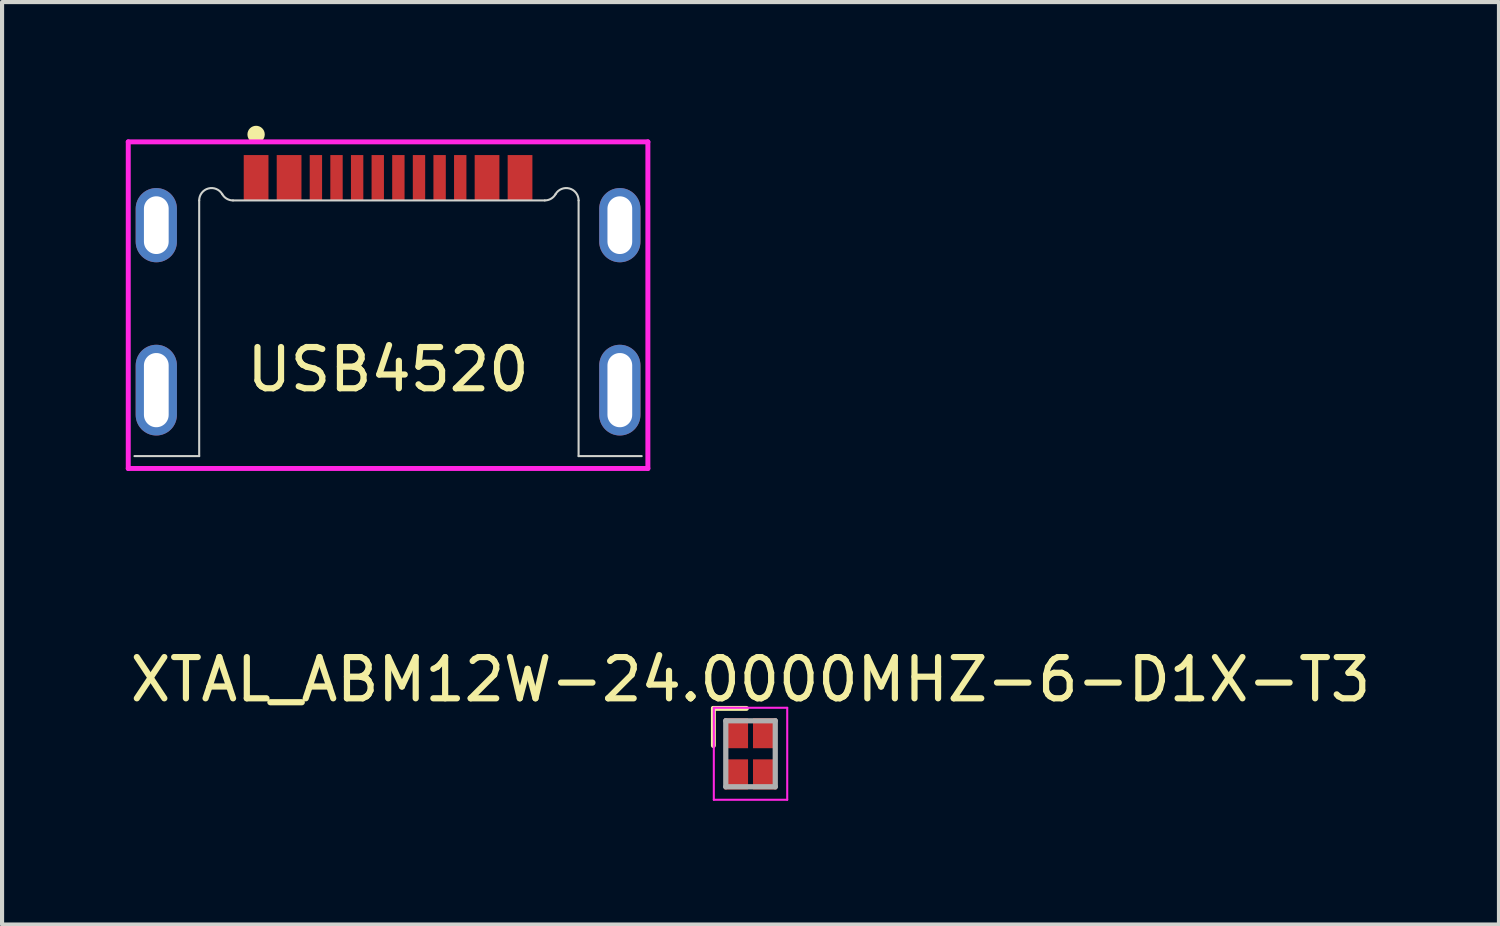
<source format=kicad_pcb>
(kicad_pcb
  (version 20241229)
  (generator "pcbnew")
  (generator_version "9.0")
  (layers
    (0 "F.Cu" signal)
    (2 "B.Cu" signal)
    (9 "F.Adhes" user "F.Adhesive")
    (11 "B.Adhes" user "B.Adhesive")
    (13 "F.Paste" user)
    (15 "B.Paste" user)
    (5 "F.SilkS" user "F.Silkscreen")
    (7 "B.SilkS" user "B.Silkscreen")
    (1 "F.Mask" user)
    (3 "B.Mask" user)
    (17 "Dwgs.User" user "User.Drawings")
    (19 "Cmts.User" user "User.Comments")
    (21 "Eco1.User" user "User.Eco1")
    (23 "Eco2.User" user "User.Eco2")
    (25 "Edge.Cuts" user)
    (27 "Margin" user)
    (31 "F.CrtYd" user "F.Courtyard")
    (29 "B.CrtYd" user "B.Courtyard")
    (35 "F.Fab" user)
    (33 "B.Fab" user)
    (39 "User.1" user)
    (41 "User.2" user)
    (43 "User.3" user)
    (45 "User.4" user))
  (footprint "XTAL_ABM12W-24.0000MHZ-6-D1X-T3"
    (layer "F.Cu")
    (at 15.149 15.228)
    (property "Reference" "XTAL_ABM12W-24.0000MHZ-6-D1X-T3" (at 0 -1.8 0) (layer "F.SilkS") (effects (font (size 1 1) (thickness 0.15))))
    (attr through_hole)
    (fp_line (start -0.9 -1.1) (end -0.1 -1.1) (stroke (width 0.12) (type default)) (layer "F.SilkS"))
    (fp_line (start -0.9 -0.2) (end -0.9 -1.1) (stroke (width 0.12) (type default)) (layer "F.SilkS"))
    (fp_line (start -0.89 -1.115) (end -0.89 1.115) (stroke (width 0.05) (type solid)) (layer "F.CrtYd"))
    (fp_line (start -0.89 -1.115) (end 0.89 -1.115) (stroke (width 0.05) (type solid)) (layer "F.CrtYd"))
    (fp_line (start 0.89 -1.115) (end 0.89 1.115) (stroke (width 0.05) (type solid)) (layer "F.CrtYd"))
    (fp_line (start 0.89 1.115) (end -0.89 1.115) (stroke (width 0.05) (type solid)) (layer "F.CrtYd"))
    (fp_line (start -0.6 -0.8) (end -0.6 0.8) (stroke (width 0.127) (type solid)) (layer "F.Fab"))
    (fp_line (start -0.6 -0.8) (end 0.6 -0.8) (stroke (width 0.127) (type solid)) (layer "F.Fab"))
    (fp_line (start 0.6 -0.8) (end 0.6 0.8) (stroke (width 0.127) (type solid)) (layer "F.Fab"))
    (fp_line (start 0.6 0.8) (end -0.6 0.8) (stroke (width 0.127) (type solid)) (layer "F.Fab"))
    (pad "1" smd rect (at -0.35 -0.5) (size 0.58 0.73) (layers "F.Cu" "F.Mask" "F.Paste"))
    (pad "2" smd rect (at -0.35 0.5) (size 0.58 0.73) (layers "F.Cu" "F.Mask" "F.Paste"))
    (pad "3" smd rect (at 0.35 0.5) (size 0.58 0.73) (layers "F.Cu" "F.Mask" "F.Paste"))
    (pad "4" smd rect (at 0.35 -0.5) (size 0.58 0.73) (layers "F.Cu" "F.Mask" "F.Paste")))
  (footprint "USB4520"
    (layer "F.Cu")
    (at 6.36 1.81)
    (property "Reference" "USB4520" (at 0 4.1 0) (unlocked yes) (layer "F.SilkS") (effects (font (size 1 1) (thickness 0.15))))
    (attr smd)
    (fp_circle (center -3.2 -1.6) (end -3.05 -1.6) (stroke (width 0.12) (type solid)) (fill yes) (layer "F.SilkS"))
    (fp_line (start -4.58 0) (end -4.58 6.2) (stroke (width 0.05) (type default)) (layer "Edge.Cuts"))
    (fp_line (start -4.58 6.2) (end -6.15 6.2) (stroke (width 0.05) (type default)) (layer "Edge.Cuts"))
    (fp_line (start 3.8 0) (end -3.76 0) (stroke (width 0.05) (type default)) (layer "Edge.Cuts"))
    (fp_line (start 4.62 6.2) (end 4.62 0) (stroke (width 0.05) (type default)) (layer "Edge.Cuts"))
    (fp_line (start 4.62 6.2) (end 6.15 6.2) (stroke (width 0.05) (type default)) (layer "Edge.Cuts"))
    (fp_arc (start -4.58 0) (mid -4.357646 -0.289778) (end -4.020191 -0.150001) (stroke (width 0.05) (type solid)) (layer "Edge.Cuts"))
    (fp_arc (start -3.76038 -0.000001) (mid -3.910382 -0.040192) (end -4.020191 -0.150001) (stroke (width 0.05) (type solid)) (layer "Edge.Cuts"))
    (fp_arc (start 4.06019 -0.149999) (mid 3.950382 -0.04019) (end 3.80038 0.000001) (stroke (width 0.05) (type solid)) (layer "Edge.Cuts"))
    (fp_arc (start 4.06019 -0.149999) (mid 4.397643 -0.289779) (end 4.62 0) (stroke (width 0.05) (type solid)) (layer "Edge.Cuts"))
    (fp_line (start -0.12 7.71) (end -0.12 7.71) (stroke (width 0.12) (type default)) (layer "Margin"))
    (fp_line (start -6.3 -1.42) (end 6.3 -1.42) (stroke (width 0.12) (type default)) (layer "F.CrtYd"))
    (fp_line (start -6.3 6.5) (end -6.3 -1.42) (stroke (width 0.12) (type default)) (layer "F.CrtYd"))
    (fp_line (start 6.3 -1.42) (end 6.3 6.5) (stroke (width 0.12) (type default)) (layer "F.CrtYd"))
    (fp_line (start 6.3 6.5) (end -6.3 6.5) (stroke (width 0.12) (type default)) (layer "F.CrtYd"))
    (pad "A1" smd rect (at -3.2 -0.55 90) (size 1.1 0.6) (layers "F.Cu" "F.Mask" "F.Paste"))
    (pad "A4" smd rect (at -2.4 -0.55 90) (size 1.1 0.6) (layers "F.Cu" "F.Mask" "F.Paste"))
    (pad "A5" smd rect (at -1.25 -0.55 90) (size 1.1 0.3) (layers "F.Cu" "F.Mask" "F.Paste"))
    (pad "A6" smd rect (at -0.25 -0.55 90) (size 1.1 0.3) (layers "F.Cu" "F.Mask" "F.Paste"))
    (pad "A7" smd rect (at 0.25 -0.55 90) (size 1.1 0.3) (layers "F.Cu" "F.Mask" "F.Paste"))
    (pad "A8" smd rect (at 1.25 -0.55 90) (size 1.1 0.3) (layers "F.Cu" "F.Mask" "F.Paste"))
    (pad "B1" smd rect (at 3.2 -0.55 90) (size 1.1 0.6) (layers "F.Cu" "F.Mask" "F.Paste"))
    (pad "B4" smd rect (at 2.4 -0.55 90) (size 1.1 0.6) (layers "F.Cu" "F.Mask" "F.Paste"))
    (pad "B5" smd rect (at 1.75 -0.55 90) (size 1.1 0.3) (layers "F.Cu" "F.Mask" "F.Paste"))
    (pad "B6" smd rect (at 0.75 -0.55 90) (size 1.1 0.3) (layers "F.Cu" "F.Mask" "F.Paste"))
    (pad "B7" smd rect (at -0.75 -0.55 90) (size 1.1 0.3) (layers "F.Cu" "F.Mask" "F.Paste"))
    (pad "B8" smd rect (at -1.75 -0.55 90) (size 1.1 0.3) (layers "F.Cu" "F.Mask" "F.Paste"))
    (pad "S1" thru_hole oval (at -5.62 0.6 90) (size 1.8 1) (drill oval 1.4 0.6) (layers "*.Cu" "*.Mask"))
    (pad "S1" thru_hole oval (at -5.62 4.6 90) (size 2.2 1) (drill oval 1.8 0.6) (layers "*.Cu" "*.Mask"))
    (pad "S1" thru_hole oval (at 5.62 0.6 90) (size 1.8 1) (drill oval 1.4 0.6) (layers "*.Cu" "*.Mask"))
    (pad "S1" thru_hole oval (at 5.62 4.6 90) (size 2.2 1) (drill oval 1.8 0.6) (layers "*.Cu" "*.Mask")))
  (gr_rect
    (start -3 -3)
    (end 33.298 19.368)
    (stroke (width 0.1) (type default))
    (fill no)
    (layer "Edge.Cuts")))
</source>
